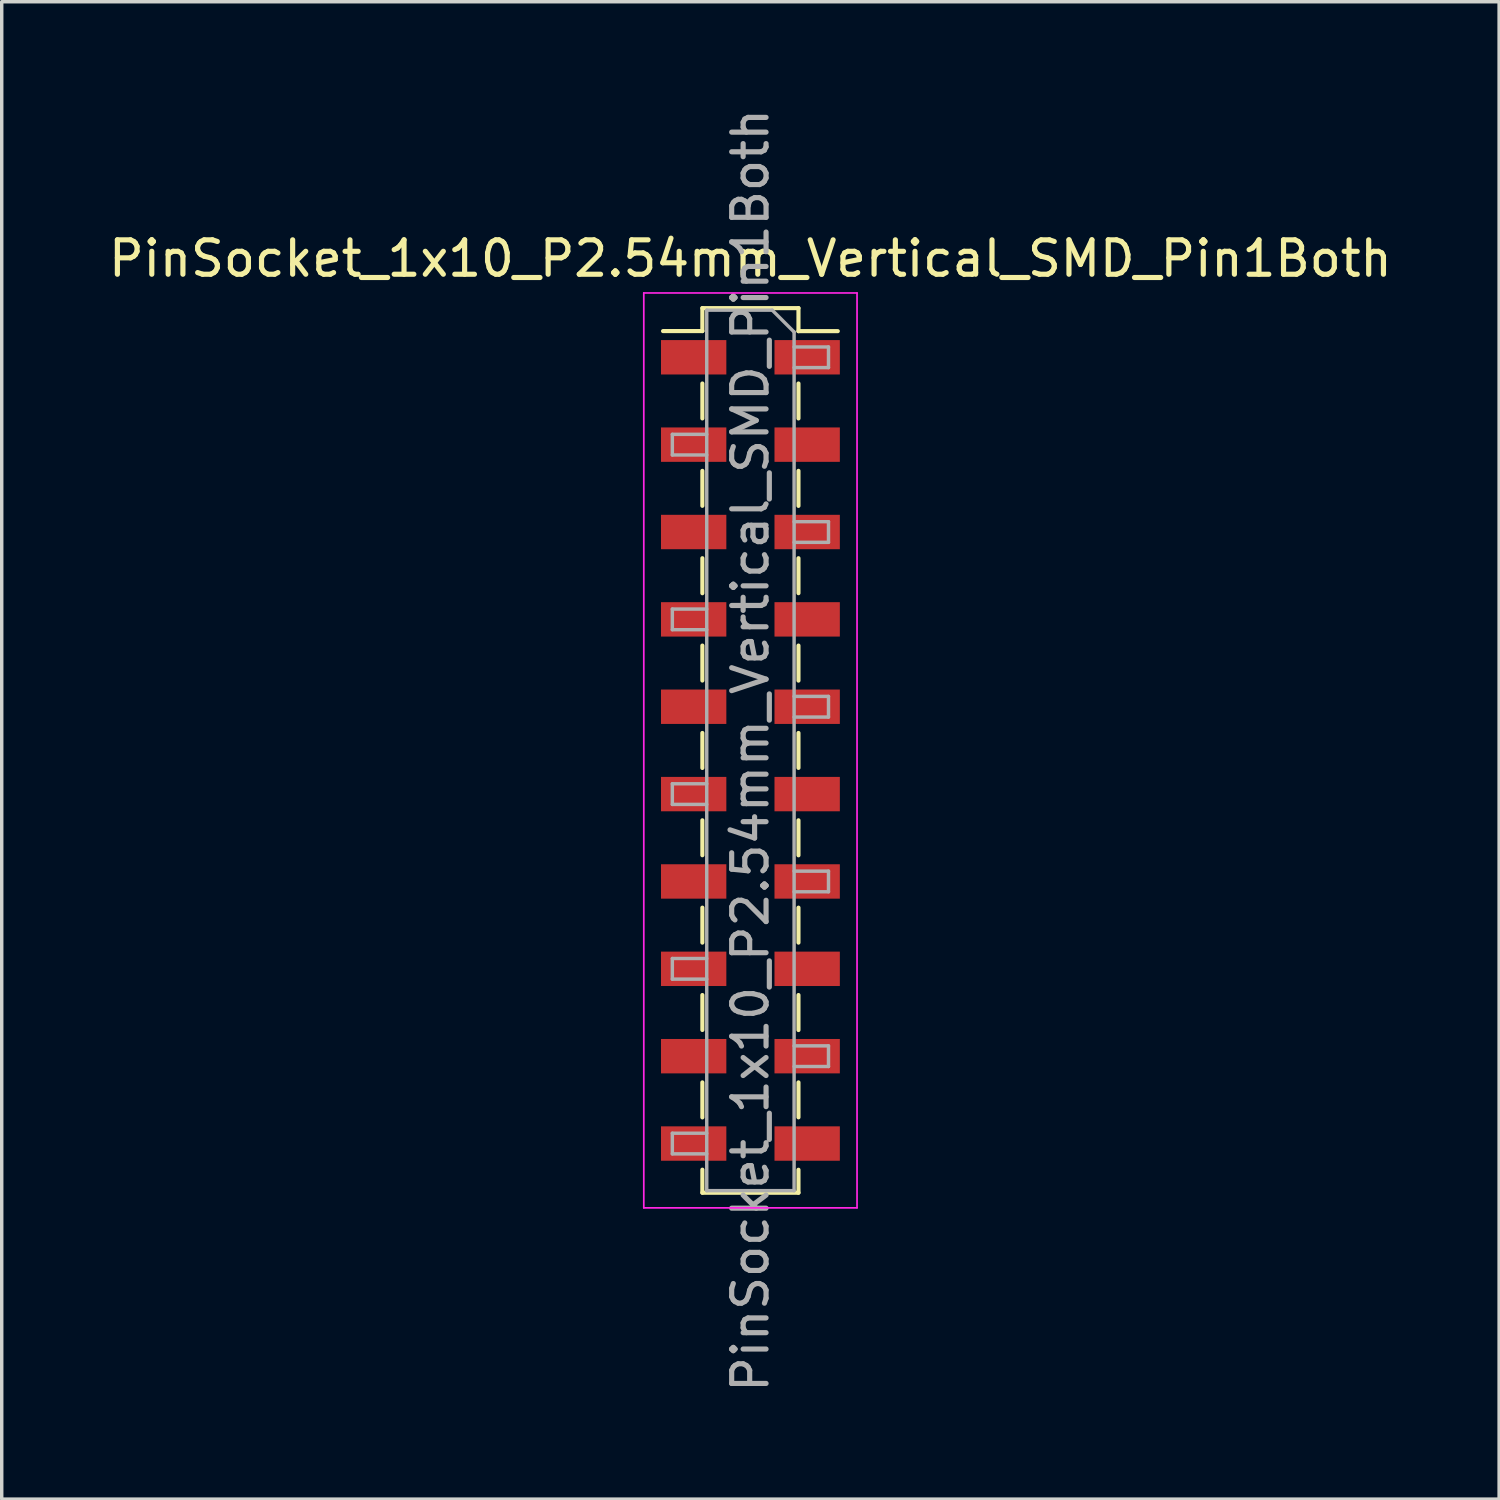
<source format=kicad_pcb>
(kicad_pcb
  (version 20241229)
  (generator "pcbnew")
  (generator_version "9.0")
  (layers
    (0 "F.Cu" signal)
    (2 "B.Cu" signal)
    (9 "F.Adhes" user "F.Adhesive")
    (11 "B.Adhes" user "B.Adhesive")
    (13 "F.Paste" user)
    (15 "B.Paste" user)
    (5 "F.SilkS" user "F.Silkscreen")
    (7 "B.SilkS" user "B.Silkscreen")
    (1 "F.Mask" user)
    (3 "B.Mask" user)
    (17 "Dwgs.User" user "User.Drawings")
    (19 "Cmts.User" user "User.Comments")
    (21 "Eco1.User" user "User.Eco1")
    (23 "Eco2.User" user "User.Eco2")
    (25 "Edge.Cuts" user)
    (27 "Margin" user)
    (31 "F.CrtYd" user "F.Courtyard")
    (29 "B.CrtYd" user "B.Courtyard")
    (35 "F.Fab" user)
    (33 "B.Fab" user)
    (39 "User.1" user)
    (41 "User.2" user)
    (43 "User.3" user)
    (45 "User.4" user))
  (footprint "PinSocket_1x10_P2.54mm_Vertical_SMD_Pin1Both"
    (layer "F.Cu")
    (at 18.768 18.768)
    (property "Reference" "PinSocket_1x10_P2.54mm_Vertical_SMD_Pin1Both" (at 0 -14.3 0) (layer "F.SilkS") (effects (font (size 1 1) (thickness 0.15))))
    (attr smd)
    (fp_line (start -1.397 -12.86) (end -1.397 -12.192) (stroke (width 0.12) (type solid)) (layer "F.SilkS"))
    (fp_line (start -1.397 -12.86) (end 1.397 -12.86) (stroke (width 0.12) (type solid)) (layer "F.SilkS"))
    (fp_line (start -1.397 -12.192) (end -2.54 -12.192) (stroke (width 0.12) (type solid)) (layer "F.SilkS"))
    (fp_line (start -1.397 -10.668) (end -1.397 -9.652) (stroke (width 0.12) (type solid)) (layer "F.SilkS"))
    (fp_line (start -1.397 -8.128) (end -1.397 -7.112) (stroke (width 0.12) (type solid)) (layer "F.SilkS"))
    (fp_line (start -1.397 -5.588) (end -1.397 -4.57) (stroke (width 0.12) (type solid)) (layer "F.SilkS"))
    (fp_line (start -1.397 -3.048) (end -1.397 -2.032) (stroke (width 0.12) (type solid)) (layer "F.SilkS"))
    (fp_line (start -1.397 -0.508) (end -1.397 0.51) (stroke (width 0.12) (type solid)) (layer "F.SilkS"))
    (fp_line (start -1.397 2.032) (end -1.397 3.048) (stroke (width 0.12) (type solid)) (layer "F.SilkS"))
    (fp_line (start -1.397 4.572) (end -1.397 5.588) (stroke (width 0.12) (type solid)) (layer "F.SilkS"))
    (fp_line (start -1.397 8.128) (end -1.397 7.112) (stroke (width 0.12) (type solid)) (layer "F.SilkS"))
    (fp_line (start -1.397 9.652) (end -1.397 10.67) (stroke (width 0.12) (type solid)) (layer "F.SilkS"))
    (fp_line (start -1.397 12.19) (end -1.397 12.86) (stroke (width 0.12) (type solid)) (layer "F.SilkS"))
    (fp_line (start -1.397 12.86) (end 1.397 12.86) (stroke (width 0.12) (type solid)) (layer "F.SilkS"))
    (fp_line (start 1.397 -12.86) (end 1.397 -12.19) (stroke (width 0.12) (type solid)) (layer "F.SilkS"))
    (fp_line (start 1.397 -12.19) (end 2.54 -12.19) (stroke (width 0.12) (type solid)) (layer "F.SilkS"))
    (fp_line (start 1.397 -10.668) (end 1.397 -9.652) (stroke (width 0.12) (type solid)) (layer "F.SilkS"))
    (fp_line (start 1.397 -8.128) (end 1.397 -7.11) (stroke (width 0.12) (type solid)) (layer "F.SilkS"))
    (fp_line (start 1.397 -4.572) (end 1.397 -5.588) (stroke (width 0.12) (type solid)) (layer "F.SilkS"))
    (fp_line (start 1.397 -3.048) (end 1.397 -2.03) (stroke (width 0.12) (type solid)) (layer "F.SilkS"))
    (fp_line (start 1.397 -0.508) (end 1.397 0.508) (stroke (width 0.12) (type solid)) (layer "F.SilkS"))
    (fp_line (start 1.397 2.032) (end 1.397 3.05) (stroke (width 0.12) (type solid)) (layer "F.SilkS"))
    (fp_line (start 1.397 4.572) (end 1.397 5.588) (stroke (width 0.12) (type solid)) (layer "F.SilkS"))
    (fp_line (start 1.397 7.112) (end 1.397 8.13) (stroke (width 0.12) (type solid)) (layer "F.SilkS"))
    (fp_line (start 1.397 9.652) (end 1.397 10.668) (stroke (width 0.12) (type solid)) (layer "F.SilkS"))
    (fp_line (start 1.397 12.192) (end 1.397 12.86) (stroke (width 0.12) (type solid)) (layer "F.SilkS"))
    (fp_line (start -3.1 -13.3) (end 3.1 -13.3) (stroke (width 0.05) (type solid)) (layer "F.CrtYd"))
    (fp_line (start -3.1 13.3) (end -3.1 -13.3) (stroke (width 0.05) (type solid)) (layer "F.CrtYd"))
    (fp_line (start 3.1 -13.3) (end 3.1 13.3) (stroke (width 0.05) (type solid)) (layer "F.CrtYd"))
    (fp_line (start 3.1 13.3) (end -3.1 13.3) (stroke (width 0.05) (type solid)) (layer "F.CrtYd"))
    (fp_line (start -2.27 -9.19) (end -1.27 -9.19) (stroke (width 0.1) (type solid)) (layer "F.Fab"))
    (fp_line (start -2.27 -8.59) (end -2.27 -9.19) (stroke (width 0.1) (type solid)) (layer "F.Fab"))
    (fp_line (start -2.27 -4.11) (end -1.27 -4.11) (stroke (width 0.1) (type solid)) (layer "F.Fab"))
    (fp_line (start -2.27 -3.51) (end -2.27 -4.11) (stroke (width 0.1) (type solid)) (layer "F.Fab"))
    (fp_line (start -2.27 0.97) (end -1.27 0.97) (stroke (width 0.1) (type solid)) (layer "F.Fab"))
    (fp_line (start -2.27 1.57) (end -2.27 0.97) (stroke (width 0.1) (type solid)) (layer "F.Fab"))
    (fp_line (start -2.27 6.05) (end -1.27 6.05) (stroke (width 0.1) (type solid)) (layer "F.Fab"))
    (fp_line (start -2.27 6.65) (end -2.27 6.05) (stroke (width 0.1) (type solid)) (layer "F.Fab"))
    (fp_line (start -2.27 11.13) (end -1.27 11.13) (stroke (width 0.1) (type solid)) (layer "F.Fab"))
    (fp_line (start -2.27 11.73) (end -2.27 11.13) (stroke (width 0.1) (type solid)) (layer "F.Fab"))
    (fp_line (start -1.27 -12.8) (end 0.635 -12.8) (stroke (width 0.1) (type solid)) (layer "F.Fab"))
    (fp_line (start -1.27 -8.59) (end -2.27 -8.59) (stroke (width 0.1) (type solid)) (layer "F.Fab"))
    (fp_line (start -1.27 -3.51) (end -2.27 -3.51) (stroke (width 0.1) (type solid)) (layer "F.Fab"))
    (fp_line (start -1.27 1.57) (end -2.27 1.57) (stroke (width 0.1) (type solid)) (layer "F.Fab"))
    (fp_line (start -1.27 6.65) (end -2.27 6.65) (stroke (width 0.1) (type solid)) (layer "F.Fab"))
    (fp_line (start -1.27 11.73) (end -2.27 11.73) (stroke (width 0.1) (type solid)) (layer "F.Fab"))
    (fp_line (start -1.27 12.8) (end -1.27 -12.8) (stroke (width 0.1) (type solid)) (layer "F.Fab"))
    (fp_line (start 0.635 -12.8) (end 1.27 -12.165) (stroke (width 0.1) (type solid)) (layer "F.Fab"))
    (fp_line (start 1.27 -12.165) (end 1.27 12.8) (stroke (width 0.1) (type solid)) (layer "F.Fab"))
    (fp_line (start 1.27 -11.73) (end 2.27 -11.73) (stroke (width 0.1) (type solid)) (layer "F.Fab"))
    (fp_line (start 1.27 -6.65) (end 2.27 -6.65) (stroke (width 0.1) (type solid)) (layer "F.Fab"))
    (fp_line (start 1.27 -1.57) (end 2.27 -1.57) (stroke (width 0.1) (type solid)) (layer "F.Fab"))
    (fp_line (start 1.27 3.51) (end 2.27 3.51) (stroke (width 0.1) (type solid)) (layer "F.Fab"))
    (fp_line (start 1.27 8.59) (end 2.27 8.59) (stroke (width 0.1) (type solid)) (layer "F.Fab"))
    (fp_line (start 1.27 12.8) (end -1.27 12.8) (stroke (width 0.1) (type solid)) (layer "F.Fab"))
    (fp_line (start 2.27 -11.73) (end 2.27 -11.13) (stroke (width 0.1) (type solid)) (layer "F.Fab"))
    (fp_line (start 2.27 -11.13) (end 1.27 -11.13) (stroke (width 0.1) (type solid)) (layer "F.Fab"))
    (fp_line (start 2.27 -6.65) (end 2.27 -6.05) (stroke (width 0.1) (type solid)) (layer "F.Fab"))
    (fp_line (start 2.27 -6.05) (end 1.27 -6.05) (stroke (width 0.1) (type solid)) (layer "F.Fab"))
    (fp_line (start 2.27 -1.57) (end 2.27 -0.97) (stroke (width 0.1) (type solid)) (layer "F.Fab"))
    (fp_line (start 2.27 -0.97) (end 1.27 -0.97) (stroke (width 0.1) (type solid)) (layer "F.Fab"))
    (fp_line (start 2.27 3.51) (end 2.27 4.11) (stroke (width 0.1) (type solid)) (layer "F.Fab"))
    (fp_line (start 2.27 4.11) (end 1.27 4.11) (stroke (width 0.1) (type solid)) (layer "F.Fab"))
    (fp_line (start 2.27 8.59) (end 2.27 9.19) (stroke (width 0.1) (type solid)) (layer "F.Fab"))
    (fp_line (start 2.27 9.19) (end 1.27 9.19) (stroke (width 0.1) (type solid)) (layer "F.Fab"))
    (fp_text user "${REFERENCE}" (at 0 0 90) (layer "F.Fab") (effects (font (size 1 1) (thickness 0.15))))
    (pad "1" smd rect (at -1.65 -11.43) (size 1.9 1) (layers "F.Cu" "F.Mask" "F.Paste"))
    (pad "1" smd rect (at 1.65 -11.43) (size 1.9 1) (layers "F.Cu" "F.Mask" "F.Paste"))
    (pad "2" smd rect (at -1.65 -8.89) (size 1.9 1) (layers "F.Cu" "F.Mask" "F.Paste"))
    (pad "2" smd rect (at 1.65 -8.89) (size 1.9 1) (layers "F.Cu" "F.Mask" "F.Paste"))
    (pad "3" smd rect (at -1.65 -6.35) (size 1.9 1) (layers "F.Cu" "F.Mask" "F.Paste"))
    (pad "3" smd rect (at 1.65 -6.35) (size 1.9 1) (layers "F.Cu" "F.Mask" "F.Paste"))
    (pad "4" smd rect (at -1.65 -3.81) (size 1.9 1) (layers "F.Cu" "F.Mask" "F.Paste"))
    (pad "4" smd rect (at 1.65 -3.81) (size 1.9 1) (layers "F.Cu" "F.Mask" "F.Paste"))
    (pad "5" smd rect (at -1.65 -1.27) (size 1.9 1) (layers "F.Cu" "F.Mask" "F.Paste"))
    (pad "5" smd rect (at 1.65 -1.27) (size 1.9 1) (layers "F.Cu" "F.Mask" "F.Paste"))
    (pad "6" smd rect (at -1.65 1.27) (size 1.9 1) (layers "F.Cu" "F.Mask" "F.Paste"))
    (pad "6" smd rect (at 1.65 1.27) (size 1.9 1) (layers "F.Cu" "F.Mask" "F.Paste"))
    (pad "7" smd rect (at -1.65 3.81) (size 1.9 1) (layers "F.Cu" "F.Mask" "F.Paste"))
    (pad "7" smd rect (at 1.65 3.81) (size 1.9 1) (layers "F.Cu" "F.Mask" "F.Paste"))
    (pad "8" smd rect (at -1.65 6.35) (size 1.9 1) (layers "F.Cu" "F.Mask" "F.Paste"))
    (pad "8" smd rect (at 1.65 6.35) (size 1.9 1) (layers "F.Cu" "F.Mask" "F.Paste"))
    (pad "9" smd rect (at -1.65 8.89) (size 1.9 1) (layers "F.Cu" "F.Mask" "F.Paste"))
    (pad "9" smd rect (at 1.65 8.89) (size 1.9 1) (layers "F.Cu" "F.Mask" "F.Paste"))
    (pad "10" smd rect (at -1.65 11.43) (size 1.9 1) (layers "F.Cu" "F.Mask" "F.Paste"))
    (pad "10" smd rect (at 1.65 11.43) (size 1.9 1) (layers "F.Cu" "F.Mask" "F.Paste")))
  (gr_rect
    (start -3 -3)
    (end 40.536 40.536)
    (stroke (width 0.1) (type default))
    (fill no)
    (layer "Edge.Cuts")))
</source>
